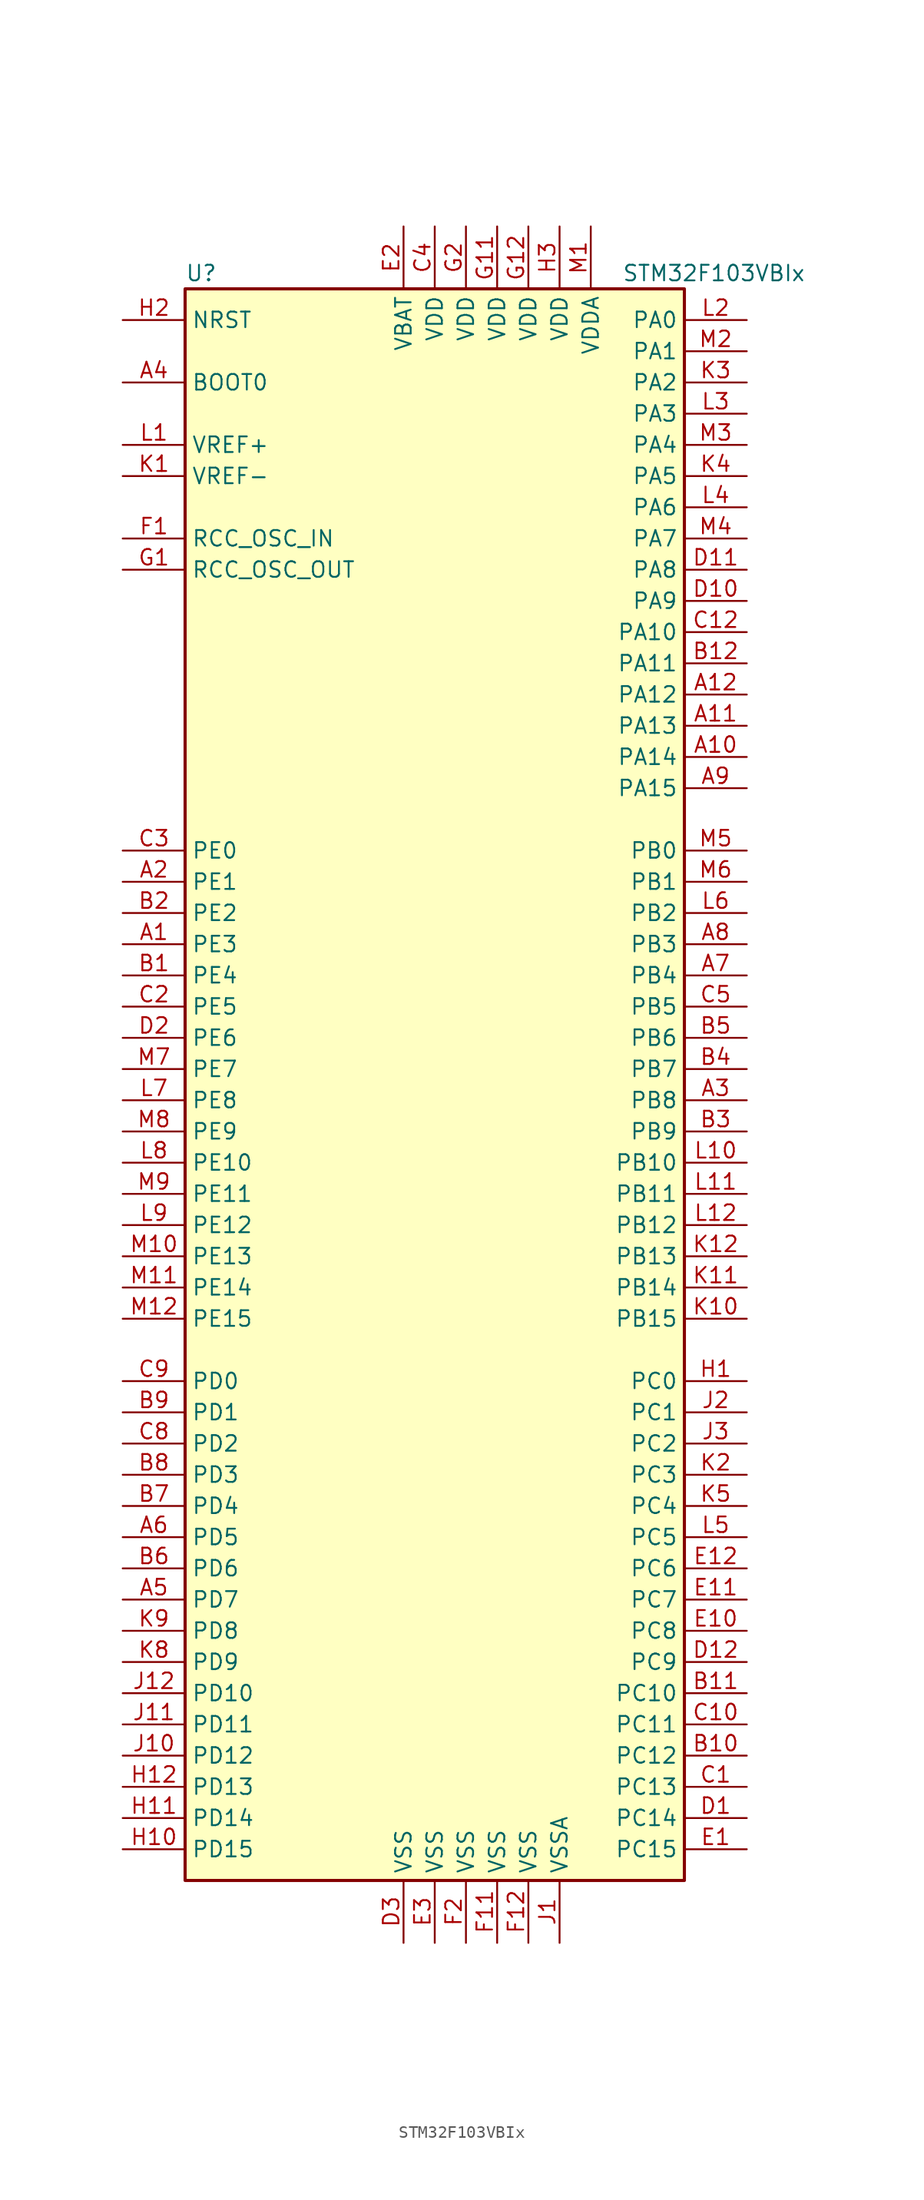
<source format=kicad_sym>
(kicad_symbol_lib
  (version 20201005)
  (generator kicad_symbol_editor)
  (symbol "STM32F103VBIx"
    (property "Reference" "U"
      (at -20.32 64.77 0)
      (effects (font (size 1.27 1.27)) (justify left)))
    (property "Value" "STM32F103VBIx"
      (at 15.24 64.77 0)
      (effects (font (size 1.27 1.27)) (justify left)))
    (symbol "STM32F103VBIx_0_1"
      (rectangle (start -20.32 -66.04) (end 20.32 63.5) (stroke (width 0.254)) (fill (type background))))
    (symbol "STM32F103VBIx_1_1"
      (pin bidirectional line (at -25.4 10.16 0) (length 5.08) (name "PE3" (effects (font (size 1.27 1.27)))) (number "A1" (effects (font (size 1.27 1.27)))))
      (pin bidirectional line (at 25.4 25.4 180) (length 5.08) (name "PA14" (effects (font (size 1.27 1.27)))) (number "A10" (effects (font (size 1.27 1.27)))))
      (pin bidirectional line (at 25.4 27.94 180) (length 5.08) (name "PA13" (effects (font (size 1.27 1.27)))) (number "A11" (effects (font (size 1.27 1.27)))))
      (pin bidirectional line (at 25.4 30.48 180) (length 5.08) (name "PA12" (effects (font (size 1.27 1.27)))) (number "A12" (effects (font (size 1.27 1.27)))))
      (pin bidirectional line (at -25.4 15.24 0) (length 5.08) (name "PE1" (effects (font (size 1.27 1.27)))) (number "A2" (effects (font (size 1.27 1.27)))))
      (pin bidirectional line (at 25.4 -2.54 180) (length 5.08) (name "PB8" (effects (font (size 1.27 1.27)))) (number "A3" (effects (font (size 1.27 1.27)))))
      (pin input line (at -25.4 55.88 0) (length 5.08) (name "BOOT0" (effects (font (size 1.27 1.27)))) (number "A4" (effects (font (size 1.27 1.27)))))
      (pin bidirectional line (at -25.4 -43.18 0) (length 5.08) (name "PD7" (effects (font (size 1.27 1.27)))) (number "A5" (effects (font (size 1.27 1.27)))))
      (pin bidirectional line (at -25.4 -38.1 0) (length 5.08) (name "PD5" (effects (font (size 1.27 1.27)))) (number "A6" (effects (font (size 1.27 1.27)))))
      (pin bidirectional line (at 25.4 7.62 180) (length 5.08) (name "PB4" (effects (font (size 1.27 1.27)))) (number "A7" (effects (font (size 1.27 1.27)))))
      (pin bidirectional line (at 25.4 10.16 180) (length 5.08) (name "PB3" (effects (font (size 1.27 1.27)))) (number "A8" (effects (font (size 1.27 1.27)))))
      (pin bidirectional line (at 25.4 22.86 180) (length 5.08) (name "PA15" (effects (font (size 1.27 1.27)))) (number "A9" (effects (font (size 1.27 1.27)))))
      (pin bidirectional line (at -25.4 7.62 0) (length 5.08) (name "PE4" (effects (font (size 1.27 1.27)))) (number "B1" (effects (font (size 1.27 1.27)))))
      (pin bidirectional line (at 25.4 -55.88 180) (length 5.08) (name "PC12" (effects (font (size 1.27 1.27)))) (number "B10" (effects (font (size 1.27 1.27)))))
      (pin bidirectional line (at 25.4 -50.8 180) (length 5.08) (name "PC10" (effects (font (size 1.27 1.27)))) (number "B11" (effects (font (size 1.27 1.27)))))
      (pin bidirectional line (at 25.4 33.02 180) (length 5.08) (name "PA11" (effects (font (size 1.27 1.27)))) (number "B12" (effects (font (size 1.27 1.27)))))
      (pin bidirectional line (at -25.4 12.7 0) (length 5.08) (name "PE2" (effects (font (size 1.27 1.27)))) (number "B2" (effects (font (size 1.27 1.27)))))
      (pin bidirectional line (at 25.4 -5.08 180) (length 5.08) (name "PB9" (effects (font (size 1.27 1.27)))) (number "B3" (effects (font (size 1.27 1.27)))))
      (pin bidirectional line (at 25.4 0 180) (length 5.08) (name "PB7" (effects (font (size 1.27 1.27)))) (number "B4" (effects (font (size 1.27 1.27)))))
      (pin bidirectional line (at 25.4 2.54 180) (length 5.08) (name "PB6" (effects (font (size 1.27 1.27)))) (number "B5" (effects (font (size 1.27 1.27)))))
      (pin bidirectional line (at -25.4 -40.64 0) (length 5.08) (name "PD6" (effects (font (size 1.27 1.27)))) (number "B6" (effects (font (size 1.27 1.27)))))
      (pin bidirectional line (at -25.4 -35.56 0) (length 5.08) (name "PD4" (effects (font (size 1.27 1.27)))) (number "B7" (effects (font (size 1.27 1.27)))))
      (pin bidirectional line (at -25.4 -33.02 0) (length 5.08) (name "PD3" (effects (font (size 1.27 1.27)))) (number "B8" (effects (font (size 1.27 1.27)))))
      (pin bidirectional line (at -25.4 -27.94 0) (length 5.08) (name "PD1" (effects (font (size 1.27 1.27)))) (number "B9" (effects (font (size 1.27 1.27)))))
      (pin bidirectional line (at 25.4 -58.42 180) (length 5.08) (name "PC13" (effects (font (size 1.27 1.27)))) (number "C1" (effects (font (size 1.27 1.27)))))
      (pin bidirectional line (at 25.4 -53.34 180) (length 5.08) (name "PC11" (effects (font (size 1.27 1.27)))) (number "C10" (effects (font (size 1.27 1.27)))))
      (pin no_connect line (at -20.32 -63.5 0) (length 5.08) hide (name "NC" (effects (font (size 1.27 1.27)))) (number "C11" (effects (font (size 1.27 1.27)))))
      (pin bidirectional line (at 25.4 35.56 180) (length 5.08) (name "PA10" (effects (font (size 1.27 1.27)))) (number "C12" (effects (font (size 1.27 1.27)))))
      (pin bidirectional line (at -25.4 5.08 0) (length 5.08) (name "PE5" (effects (font (size 1.27 1.27)))) (number "C2" (effects (font (size 1.27 1.27)))))
      (pin bidirectional line (at -25.4 17.78 0) (length 5.08) (name "PE0" (effects (font (size 1.27 1.27)))) (number "C3" (effects (font (size 1.27 1.27)))))
      (pin power_in line (at 0 68.58 270) (length 5.08) (name "VDD" (effects (font (size 1.27 1.27)))) (number "C4" (effects (font (size 1.27 1.27)))))
      (pin bidirectional line (at 25.4 5.08 180) (length 5.08) (name "PB5" (effects (font (size 1.27 1.27)))) (number "C5" (effects (font (size 1.27 1.27)))))
      (pin bidirectional line (at -25.4 -30.48 0) (length 5.08) (name "PD2" (effects (font (size 1.27 1.27)))) (number "C8" (effects (font (size 1.27 1.27)))))
      (pin bidirectional line (at -25.4 -25.4 0) (length 5.08) (name "PD0" (effects (font (size 1.27 1.27)))) (number "C9" (effects (font (size 1.27 1.27)))))
      (pin bidirectional line (at 25.4 -60.96 180) (length 5.08) (name "PC14" (effects (font (size 1.27 1.27)))) (number "D1" (effects (font (size 1.27 1.27)))))
      (pin bidirectional line (at 25.4 38.1 180) (length 5.08) (name "PA9" (effects (font (size 1.27 1.27)))) (number "D10" (effects (font (size 1.27 1.27)))))
      (pin bidirectional line (at 25.4 40.64 180) (length 5.08) (name "PA8" (effects (font (size 1.27 1.27)))) (number "D11" (effects (font (size 1.27 1.27)))))
      (pin bidirectional line (at 25.4 -48.26 180) (length 5.08) (name "PC9" (effects (font (size 1.27 1.27)))) (number "D12" (effects (font (size 1.27 1.27)))))
      (pin bidirectional line (at -25.4 2.54 0) (length 5.08) (name "PE6" (effects (font (size 1.27 1.27)))) (number "D2" (effects (font (size 1.27 1.27)))))
      (pin power_in line (at -2.54 -71.12 90) (length 5.08) (name "VSS" (effects (font (size 1.27 1.27)))) (number "D3" (effects (font (size 1.27 1.27)))))
      (pin bidirectional line (at 25.4 -63.5 180) (length 5.08) (name "PC15" (effects (font (size 1.27 1.27)))) (number "E1" (effects (font (size 1.27 1.27)))))
      (pin bidirectional line (at 25.4 -45.72 180) (length 5.08) (name "PC8" (effects (font (size 1.27 1.27)))) (number "E10" (effects (font (size 1.27 1.27)))))
      (pin bidirectional line (at 25.4 -43.18 180) (length 5.08) (name "PC7" (effects (font (size 1.27 1.27)))) (number "E11" (effects (font (size 1.27 1.27)))))
      (pin bidirectional line (at 25.4 -40.64 180) (length 5.08) (name "PC6" (effects (font (size 1.27 1.27)))) (number "E12" (effects (font (size 1.27 1.27)))))
      (pin power_in line (at -2.54 68.58 270) (length 5.08) (name "VBAT" (effects (font (size 1.27 1.27)))) (number "E2" (effects (font (size 1.27 1.27)))))
      (pin power_in line (at 0 -71.12 90) (length 5.08) (name "VSS" (effects (font (size 1.27 1.27)))) (number "E3" (effects (font (size 1.27 1.27)))))
      (pin input line (at -25.4 43.18 0) (length 5.08) (name "RCC_OSC_IN" (effects (font (size 1.27 1.27)))) (number "F1" (effects (font (size 1.27 1.27)))))
      (pin power_in line (at 5.08 -71.12 90) (length 5.08) (name "VSS" (effects (font (size 1.27 1.27)))) (number "F11" (effects (font (size 1.27 1.27)))))
      (pin power_in line (at 7.62 -71.12 90) (length 5.08) (name "VSS" (effects (font (size 1.27 1.27)))) (number "F12" (effects (font (size 1.27 1.27)))))
      (pin power_in line (at 2.54 -71.12 90) (length 5.08) (name "VSS" (effects (font (size 1.27 1.27)))) (number "F2" (effects (font (size 1.27 1.27)))))
      (pin input line (at -25.4 40.64 0) (length 5.08) (name "RCC_OSC_OUT" (effects (font (size 1.27 1.27)))) (number "G1" (effects (font (size 1.27 1.27)))))
      (pin power_in line (at 5.08 68.58 270) (length 5.08) (name "VDD" (effects (font (size 1.27 1.27)))) (number "G11" (effects (font (size 1.27 1.27)))))
      (pin power_in line (at 7.62 68.58 270) (length 5.08) (name "VDD" (effects (font (size 1.27 1.27)))) (number "G12" (effects (font (size 1.27 1.27)))))
      (pin power_in line (at 2.54 68.58 270) (length 5.08) (name "VDD" (effects (font (size 1.27 1.27)))) (number "G2" (effects (font (size 1.27 1.27)))))
      (pin bidirectional line (at 25.4 -25.4 180) (length 5.08) (name "PC0" (effects (font (size 1.27 1.27)))) (number "H1" (effects (font (size 1.27 1.27)))))
      (pin bidirectional line (at -25.4 -63.5 0) (length 5.08) (name "PD15" (effects (font (size 1.27 1.27)))) (number "H10" (effects (font (size 1.27 1.27)))))
      (pin bidirectional line (at -25.4 -60.96 0) (length 5.08) (name "PD14" (effects (font (size 1.27 1.27)))) (number "H11" (effects (font (size 1.27 1.27)))))
      (pin bidirectional line (at -25.4 -58.42 0) (length 5.08) (name "PD13" (effects (font (size 1.27 1.27)))) (number "H12" (effects (font (size 1.27 1.27)))))
      (pin input line (at -25.4 60.96 0) (length 5.08) (name "NRST" (effects (font (size 1.27 1.27)))) (number "H2" (effects (font (size 1.27 1.27)))))
      (pin power_in line (at 10.16 68.58 270) (length 5.08) (name "VDD" (effects (font (size 1.27 1.27)))) (number "H3" (effects (font (size 1.27 1.27)))))
      (pin power_in line (at 10.16 -71.12 90) (length 5.08) (name "VSSA" (effects (font (size 1.27 1.27)))) (number "J1" (effects (font (size 1.27 1.27)))))
      (pin bidirectional line (at -25.4 -55.88 0) (length 5.08) (name "PD12" (effects (font (size 1.27 1.27)))) (number "J10" (effects (font (size 1.27 1.27)))))
      (pin bidirectional line (at -25.4 -53.34 0) (length 5.08) (name "PD11" (effects (font (size 1.27 1.27)))) (number "J11" (effects (font (size 1.27 1.27)))))
      (pin bidirectional line (at -25.4 -50.8 0) (length 5.08) (name "PD10" (effects (font (size 1.27 1.27)))) (number "J12" (effects (font (size 1.27 1.27)))))
      (pin bidirectional line (at 25.4 -27.94 180) (length 5.08) (name "PC1" (effects (font (size 1.27 1.27)))) (number "J2" (effects (font (size 1.27 1.27)))))
      (pin bidirectional line (at 25.4 -30.48 180) (length 5.08) (name "PC2" (effects (font (size 1.27 1.27)))) (number "J3" (effects (font (size 1.27 1.27)))))
      (pin power_in line (at -25.4 48.26 0) (length 5.08) (name "VREF-" (effects (font (size 1.27 1.27)))) (number "K1" (effects (font (size 1.27 1.27)))))
      (pin bidirectional line (at 25.4 -20.32 180) (length 5.08) (name "PB15" (effects (font (size 1.27 1.27)))) (number "K10" (effects (font (size 1.27 1.27)))))
      (pin bidirectional line (at 25.4 -17.78 180) (length 5.08) (name "PB14" (effects (font (size 1.27 1.27)))) (number "K11" (effects (font (size 1.27 1.27)))))
      (pin bidirectional line (at 25.4 -15.24 180) (length 5.08) (name "PB13" (effects (font (size 1.27 1.27)))) (number "K12" (effects (font (size 1.27 1.27)))))
      (pin bidirectional line (at 25.4 -33.02 180) (length 5.08) (name "PC3" (effects (font (size 1.27 1.27)))) (number "K2" (effects (font (size 1.27 1.27)))))
      (pin bidirectional line (at 25.4 55.88 180) (length 5.08) (name "PA2" (effects (font (size 1.27 1.27)))) (number "K3" (effects (font (size 1.27 1.27)))))
      (pin bidirectional line (at 25.4 48.26 180) (length 5.08) (name "PA5" (effects (font (size 1.27 1.27)))) (number "K4" (effects (font (size 1.27 1.27)))))
      (pin bidirectional line (at 25.4 -35.56 180) (length 5.08) (name "PC4" (effects (font (size 1.27 1.27)))) (number "K5" (effects (font (size 1.27 1.27)))))
      (pin bidirectional line (at -25.4 -48.26 0) (length 5.08) (name "PD9" (effects (font (size 1.27 1.27)))) (number "K8" (effects (font (size 1.27 1.27)))))
      (pin bidirectional line (at -25.4 -45.72 0) (length 5.08) (name "PD8" (effects (font (size 1.27 1.27)))) (number "K9" (effects (font (size 1.27 1.27)))))
      (pin power_in line (at -25.4 50.8 0) (length 5.08) (name "VREF+" (effects (font (size 1.27 1.27)))) (number "L1" (effects (font (size 1.27 1.27)))))
      (pin bidirectional line (at 25.4 -7.62 180) (length 5.08) (name "PB10" (effects (font (size 1.27 1.27)))) (number "L10" (effects (font (size 1.27 1.27)))))
      (pin bidirectional line (at 25.4 -10.16 180) (length 5.08) (name "PB11" (effects (font (size 1.27 1.27)))) (number "L11" (effects (font (size 1.27 1.27)))))
      (pin bidirectional line (at 25.4 -12.7 180) (length 5.08) (name "PB12" (effects (font (size 1.27 1.27)))) (number "L12" (effects (font (size 1.27 1.27)))))
      (pin bidirectional line (at 25.4 60.96 180) (length 5.08) (name "PA0" (effects (font (size 1.27 1.27)))) (number "L2" (effects (font (size 1.27 1.27)))))
      (pin bidirectional line (at 25.4 53.34 180) (length 5.08) (name "PA3" (effects (font (size 1.27 1.27)))) (number "L3" (effects (font (size 1.27 1.27)))))
      (pin bidirectional line (at 25.4 45.72 180) (length 5.08) (name "PA6" (effects (font (size 1.27 1.27)))) (number "L4" (effects (font (size 1.27 1.27)))))
      (pin bidirectional line (at 25.4 -38.1 180) (length 5.08) (name "PC5" (effects (font (size 1.27 1.27)))) (number "L5" (effects (font (size 1.27 1.27)))))
      (pin bidirectional line (at 25.4 12.7 180) (length 5.08) (name "PB2" (effects (font (size 1.27 1.27)))) (number "L6" (effects (font (size 1.27 1.27)))))
      (pin bidirectional line (at -25.4 -2.54 0) (length 5.08) (name "PE8" (effects (font (size 1.27 1.27)))) (number "L7" (effects (font (size 1.27 1.27)))))
      (pin bidirectional line (at -25.4 -7.62 0) (length 5.08) (name "PE10" (effects (font (size 1.27 1.27)))) (number "L8" (effects (font (size 1.27 1.27)))))
      (pin bidirectional line (at -25.4 -12.7 0) (length 5.08) (name "PE12" (effects (font (size 1.27 1.27)))) (number "L9" (effects (font (size 1.27 1.27)))))
      (pin power_in line (at 12.7 68.58 270) (length 5.08) (name "VDDA" (effects (font (size 1.27 1.27)))) (number "M1" (effects (font (size 1.27 1.27)))))
      (pin bidirectional line (at -25.4 -15.24 0) (length 5.08) (name "PE13" (effects (font (size 1.27 1.27)))) (number "M10" (effects (font (size 1.27 1.27)))))
      (pin bidirectional line (at -25.4 -17.78 0) (length 5.08) (name "PE14" (effects (font (size 1.27 1.27)))) (number "M11" (effects (font (size 1.27 1.27)))))
      (pin bidirectional line (at -25.4 -20.32 0) (length 5.08) (name "PE15" (effects (font (size 1.27 1.27)))) (number "M12" (effects (font (size 1.27 1.27)))))
      (pin bidirectional line (at 25.4 58.42 180) (length 5.08) (name "PA1" (effects (font (size 1.27 1.27)))) (number "M2" (effects (font (size 1.27 1.27)))))
      (pin bidirectional line (at 25.4 50.8 180) (length 5.08) (name "PA4" (effects (font (size 1.27 1.27)))) (number "M3" (effects (font (size 1.27 1.27)))))
      (pin bidirectional line (at 25.4 43.18 180) (length 5.08) (name "PA7" (effects (font (size 1.27 1.27)))) (number "M4" (effects (font (size 1.27 1.27)))))
      (pin bidirectional line (at 25.4 17.78 180) (length 5.08) (name "PB0" (effects (font (size 1.27 1.27)))) (number "M5" (effects (font (size 1.27 1.27)))))
      (pin bidirectional line (at 25.4 15.24 180) (length 5.08) (name "PB1" (effects (font (size 1.27 1.27)))) (number "M6" (effects (font (size 1.27 1.27)))))
      (pin bidirectional line (at -25.4 0 0) (length 5.08) (name "PE7" (effects (font (size 1.27 1.27)))) (number "M7" (effects (font (size 1.27 1.27)))))
      (pin bidirectional line (at -25.4 -5.08 0) (length 5.08) (name "PE9" (effects (font (size 1.27 1.27)))) (number "M8" (effects (font (size 1.27 1.27)))))
      (pin bidirectional line (at -25.4 -10.16 0) (length 5.08) (name "PE11" (effects (font (size 1.27 1.27)))) (number "M9" (effects (font (size 1.27 1.27))))))))
</source>
